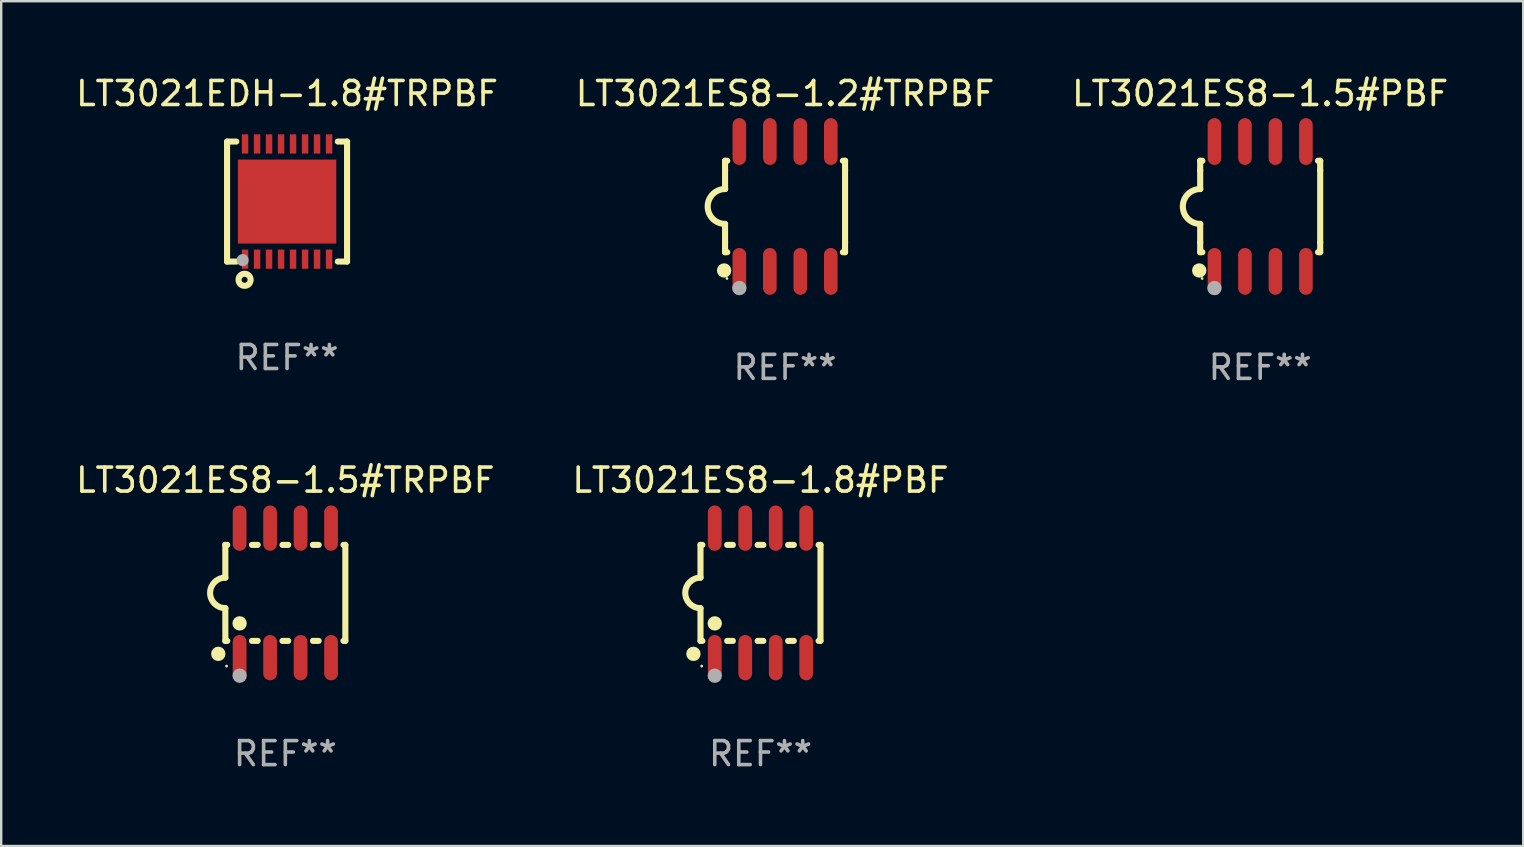
<source format=kicad_pcb>
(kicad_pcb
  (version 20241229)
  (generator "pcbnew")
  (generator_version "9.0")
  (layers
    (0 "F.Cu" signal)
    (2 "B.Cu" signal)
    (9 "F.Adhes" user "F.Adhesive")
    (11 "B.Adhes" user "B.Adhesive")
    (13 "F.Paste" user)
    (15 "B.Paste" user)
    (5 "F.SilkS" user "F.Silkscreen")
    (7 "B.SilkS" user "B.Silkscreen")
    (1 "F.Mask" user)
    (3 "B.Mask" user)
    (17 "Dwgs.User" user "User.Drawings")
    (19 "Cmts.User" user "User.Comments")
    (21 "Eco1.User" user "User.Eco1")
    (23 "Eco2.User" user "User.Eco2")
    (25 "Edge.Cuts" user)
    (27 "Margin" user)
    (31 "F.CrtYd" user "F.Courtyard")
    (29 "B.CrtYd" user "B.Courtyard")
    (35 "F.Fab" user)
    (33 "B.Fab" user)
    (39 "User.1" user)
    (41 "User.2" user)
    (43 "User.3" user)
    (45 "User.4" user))
  (footprint "LT3021ES8-1.2#TRPBF"
    (layer "F.Cu")
    (at 29.661 5.553)
    (property "Reference" "LT3021ES8-1.2#TRPBF" (at 0 -4.705 0) (layer "F.SilkS") (effects (font (size 1 1) (thickness 0.15))))
    (attr through_hole)
    (fp_line (start -2.5 -1.905) (end -2.409 -1.905) (stroke (width 0.254) (type solid)) (layer "F.SilkS"))
    (fp_line (start -2.5 -1.5) (end -2.5 -1.905) (stroke (width 0.254) (type solid)) (layer "F.SilkS"))
    (fp_line (start -2.5 -1.5) (end -2.5 -0.726) (stroke (width 0.254) (type solid)) (layer "F.SilkS"))
    (fp_line (start -2.5 1.5) (end -2.5 0.727) (stroke (width 0.254) (type solid)) (layer "F.SilkS"))
    (fp_line (start -2.5 1.5) (end -2.5 1.905) (stroke (width 0.254) (type solid)) (layer "F.SilkS"))
    (fp_line (start -2.5 1.905) (end -2.409 1.905) (stroke (width 0.254) (type solid)) (layer "F.SilkS"))
    (fp_line (start 2.5 -1.905) (end 2.409 -1.905) (stroke (width 0.254) (type solid)) (layer "F.SilkS"))
    (fp_line (start 2.5 -1.5) (end 2.5 -1.905) (stroke (width 0.254) (type solid)) (layer "F.SilkS"))
    (fp_line (start 2.5 -1.5) (end 2.5 1.5) (stroke (width 0.254) (type solid)) (layer "F.SilkS"))
    (fp_line (start 2.5 1.5) (end 2.5 1.905) (stroke (width 0.254) (type solid)) (layer "F.SilkS"))
    (fp_line (start 2.5 1.905) (end 2.409 1.905) (stroke (width 0.254) (type solid)) (layer "F.SilkS"))
    (fp_arc (start -2.5 0.726568) (mid -3.220316 -0.0023) (end -2.495097 -0.726289) (stroke (width 0.254001) (type solid)) (layer "F.SilkS"))
    (fp_circle (center -2.54 2.667) (end -2.39 2.667) (stroke (width 0.3) (type solid)) (fill no) (layer "F.SilkS"))
    (fp_circle (center -2.42 3) (end -2.39 3) (stroke (width 0.06) (type solid)) (fill no) (layer "F.SilkS"))
    (fp_circle (center -1.905 3.4) (end -1.755 3.4) (stroke (width 0.3) (type solid)) (fill no) (layer "F.Fab"))
    (fp_text user "REF**" (at 0 6.705 0) (layer "F.Fab") (effects (font (size 1 1) (thickness 0.15))))
    (pad "1" smd oval (at -1.905 2.705) (size 0.568 1.95) (layers "F.Cu" "F.Mask" "F.Paste"))
    (pad "2" smd oval (at -0.635 2.705) (size 0.568 1.95) (layers "F.Cu" "F.Mask" "F.Paste"))
    (pad "3" smd oval (at 0.635 2.705) (size 0.568 1.95) (layers "F.Cu" "F.Mask" "F.Paste"))
    (pad "4" smd oval (at 1.905 2.705) (size 0.568 1.95) (layers "F.Cu" "F.Mask" "F.Paste"))
    (pad "5" smd oval (at 1.905 -2.705) (size 0.568 1.95) (layers "F.Cu" "F.Mask" "F.Paste"))
    (pad "6" smd oval (at 0.635 -2.705) (size 0.568 1.95) (layers "F.Cu" "F.Mask" "F.Paste"))
    (pad "7" smd oval (at -0.635 -2.705) (size 0.568 1.95) (layers "F.Cu" "F.Mask" "F.Paste"))
    (pad "8" smd oval (at -1.905 -2.705) (size 0.568 1.95) (layers "F.Cu" "F.Mask" "F.Paste")))
  (footprint "LT3021ES8-1.8#PBF"
    (layer "F.Cu")
    (at 28.637 21.654)
    (property "Reference" "LT3021ES8-1.8#PBF" (at 0 -4.699 0) (layer "F.SilkS") (effects (font (size 1 1) (thickness 0.15))))
    (attr through_hole)
    (fp_line (start -2.5 -2) (end -2.5 -0.635) (stroke (width 0.254) (type solid)) (layer "F.SilkS"))
    (fp_line (start -2.5 -2) (end -2.421 -2) (stroke (width 0.254) (type solid)) (layer "F.SilkS"))
    (fp_line (start -2.5 2) (end -2.5 0.635) (stroke (width 0.254) (type solid)) (layer "F.SilkS"))
    (fp_line (start -2.5 2) (end -2.421 2) (stroke (width 0.254) (type solid)) (layer "F.SilkS"))
    (fp_line (start -1.389 -2) (end -1.151 -2) (stroke (width 0.254) (type solid)) (layer "F.SilkS"))
    (fp_line (start -1.389 2) (end -1.151 2) (stroke (width 0.254) (type solid)) (layer "F.SilkS"))
    (fp_line (start -0.119 -2) (end 0.119 -2) (stroke (width 0.254) (type solid)) (layer "F.SilkS"))
    (fp_line (start -0.119 2) (end 0.119 2) (stroke (width 0.254) (type solid)) (layer "F.SilkS"))
    (fp_line (start 1.151 -2) (end 1.389 -2) (stroke (width 0.254) (type solid)) (layer "F.SilkS"))
    (fp_line (start 1.151 2) (end 1.389 2) (stroke (width 0.254) (type solid)) (layer "F.SilkS"))
    (fp_line (start 2.421 -2) (end 2.5 -2) (stroke (width 0.254) (type solid)) (layer "F.SilkS"))
    (fp_line (start 2.421 2) (end 2.5 2) (stroke (width 0.254) (type solid)) (layer "F.SilkS"))
    (fp_line (start 2.5 -2) (end 2.5 2) (stroke (width 0.254) (type solid)) (layer "F.SilkS"))
    (fp_arc (start -2.5 0.635001) (mid -3.134366 -0.000318) (end -2.499365 -0.635001) (stroke (width 0.254001) (type solid)) (layer "F.SilkS"))
    (fp_circle (center -2.794 2.54) (end -2.644 2.54) (stroke (width 0.3) (type solid)) (fill no) (layer "F.SilkS"))
    (fp_circle (center -2.45 3.05) (end -2.42 3.05) (stroke (width 0.06) (type solid)) (fill no) (layer "F.SilkS"))
    (fp_circle (center -1.905 1.27) (end -1.755 1.27) (stroke (width 0.3) (type solid)) (fill no) (layer "F.SilkS"))
    (fp_circle (center -1.905 3.45) (end -1.755 3.45) (stroke (width 0.3) (type solid)) (fill no) (layer "F.Fab"))
    (fp_text user "REF**" (at 0 6.699 0) (layer "F.Fab") (effects (font (size 1 1) (thickness 0.15))))
    (pad "1" smd oval (at -1.905 2.699) (size 0.574 1.888) (layers "F.Cu" "F.Mask" "F.Paste"))
    (pad "2" smd oval (at -0.635 2.699) (size 0.574 1.888) (layers "F.Cu" "F.Mask" "F.Paste"))
    (pad "3" smd oval (at 0.635 2.699) (size 0.574 1.888) (layers "F.Cu" "F.Mask" "F.Paste"))
    (pad "4" smd oval (at 1.905 2.699) (size 0.574 1.888) (layers "F.Cu" "F.Mask" "F.Paste"))
    (pad "5" smd oval (at 1.905 -2.699) (size 0.574 1.888) (layers "F.Cu" "F.Mask" "F.Paste"))
    (pad "6" smd oval (at 0.635 -2.699) (size 0.574 1.888) (layers "F.Cu" "F.Mask" "F.Paste"))
    (pad "7" smd oval (at -0.635 -2.699) (size 0.574 1.888) (layers "F.Cu" "F.Mask" "F.Paste"))
    (pad "8" smd oval (at -1.905 -2.699) (size 0.574 1.888) (layers "F.Cu" "F.Mask" "F.Paste")))
  (footprint "LT3021ES8-1.5#TRPBF"
    (layer "F.Cu")
    (at 8.839 21.654)
    (property "Reference" "LT3021ES8-1.5#TRPBF" (at 0 -4.699 0) (layer "F.SilkS") (effects (font (size 1 1) (thickness 0.15))))
    (attr through_hole)
    (fp_line (start -2.5 -2) (end -2.5 -0.635) (stroke (width 0.254) (type solid)) (layer "F.SilkS"))
    (fp_line (start -2.5 -2) (end -2.421 -2) (stroke (width 0.254) (type solid)) (layer "F.SilkS"))
    (fp_line (start -2.5 2) (end -2.5 0.635) (stroke (width 0.254) (type solid)) (layer "F.SilkS"))
    (fp_line (start -2.5 2) (end -2.421 2) (stroke (width 0.254) (type solid)) (layer "F.SilkS"))
    (fp_line (start -1.389 -2) (end -1.151 -2) (stroke (width 0.254) (type solid)) (layer "F.SilkS"))
    (fp_line (start -1.389 2) (end -1.151 2) (stroke (width 0.254) (type solid)) (layer "F.SilkS"))
    (fp_line (start -0.119 -2) (end 0.119 -2) (stroke (width 0.254) (type solid)) (layer "F.SilkS"))
    (fp_line (start -0.119 2) (end 0.119 2) (stroke (width 0.254) (type solid)) (layer "F.SilkS"))
    (fp_line (start 1.151 -2) (end 1.389 -2) (stroke (width 0.254) (type solid)) (layer "F.SilkS"))
    (fp_line (start 1.151 2) (end 1.389 2) (stroke (width 0.254) (type solid)) (layer "F.SilkS"))
    (fp_line (start 2.421 -2) (end 2.5 -2) (stroke (width 0.254) (type solid)) (layer "F.SilkS"))
    (fp_line (start 2.421 2) (end 2.5 2) (stroke (width 0.254) (type solid)) (layer "F.SilkS"))
    (fp_line (start 2.5 -2) (end 2.5 2) (stroke (width 0.254) (type solid)) (layer "F.SilkS"))
    (fp_arc (start -2.5 0.635001) (mid -3.134366 -0.000318) (end -2.499365 -0.635001) (stroke (width 0.254001) (type solid)) (layer "F.SilkS"))
    (fp_circle (center -2.794 2.54) (end -2.644 2.54) (stroke (width 0.3) (type solid)) (fill no) (layer "F.SilkS"))
    (fp_circle (center -2.45 3.05) (end -2.42 3.05) (stroke (width 0.06) (type solid)) (fill no) (layer "F.SilkS"))
    (fp_circle (center -1.905 1.27) (end -1.755 1.27) (stroke (width 0.3) (type solid)) (fill no) (layer "F.SilkS"))
    (fp_circle (center -1.905 3.45) (end -1.755 3.45) (stroke (width 0.3) (type solid)) (fill no) (layer "F.Fab"))
    (fp_text user "REF**" (at 0 6.699 0) (layer "F.Fab") (effects (font (size 1 1) (thickness 0.15))))
    (pad "1" smd oval (at -1.905 2.699) (size 0.574 1.888) (layers "F.Cu" "F.Mask" "F.Paste"))
    (pad "2" smd oval (at -0.635 2.699) (size 0.574 1.888) (layers "F.Cu" "F.Mask" "F.Paste"))
    (pad "3" smd oval (at 0.635 2.699) (size 0.574 1.888) (layers "F.Cu" "F.Mask" "F.Paste"))
    (pad "4" smd oval (at 1.905 2.699) (size 0.574 1.888) (layers "F.Cu" "F.Mask" "F.Paste"))
    (pad "5" smd oval (at 1.905 -2.699) (size 0.574 1.888) (layers "F.Cu" "F.Mask" "F.Paste"))
    (pad "6" smd oval (at 0.635 -2.699) (size 0.574 1.888) (layers "F.Cu" "F.Mask" "F.Paste"))
    (pad "7" smd oval (at -0.635 -2.699) (size 0.574 1.888) (layers "F.Cu" "F.Mask" "F.Paste"))
    (pad "8" smd oval (at -1.905 -2.699) (size 0.574 1.888) (layers "F.Cu" "F.Mask" "F.Paste")))
  (footprint "LT3021ES8-1.5#PBF"
    (layer "F.Cu")
    (at 49.458 5.553)
    (property "Reference" "LT3021ES8-1.5#PBF" (at 0 -4.705 0) (layer "F.SilkS") (effects (font (size 1 1) (thickness 0.15))))
    (attr through_hole)
    (fp_line (start -2.5 -1.905) (end -2.409 -1.905) (stroke (width 0.254) (type solid)) (layer "F.SilkS"))
    (fp_line (start -2.5 -1.5) (end -2.5 -1.905) (stroke (width 0.254) (type solid)) (layer "F.SilkS"))
    (fp_line (start -2.5 -1.5) (end -2.5 -0.726) (stroke (width 0.254) (type solid)) (layer "F.SilkS"))
    (fp_line (start -2.5 1.5) (end -2.5 0.727) (stroke (width 0.254) (type solid)) (layer "F.SilkS"))
    (fp_line (start -2.5 1.5) (end -2.5 1.905) (stroke (width 0.254) (type solid)) (layer "F.SilkS"))
    (fp_line (start -2.5 1.905) (end -2.409 1.905) (stroke (width 0.254) (type solid)) (layer "F.SilkS"))
    (fp_line (start 2.5 -1.905) (end 2.409 -1.905) (stroke (width 0.254) (type solid)) (layer "F.SilkS"))
    (fp_line (start 2.5 -1.5) (end 2.5 -1.905) (stroke (width 0.254) (type solid)) (layer "F.SilkS"))
    (fp_line (start 2.5 -1.5) (end 2.5 1.5) (stroke (width 0.254) (type solid)) (layer "F.SilkS"))
    (fp_line (start 2.5 1.5) (end 2.5 1.905) (stroke (width 0.254) (type solid)) (layer "F.SilkS"))
    (fp_line (start 2.5 1.905) (end 2.409 1.905) (stroke (width 0.254) (type solid)) (layer "F.SilkS"))
    (fp_arc (start -2.5 0.726568) (mid -3.220316 -0.0023) (end -2.495097 -0.726289) (stroke (width 0.254001) (type solid)) (layer "F.SilkS"))
    (fp_circle (center -2.54 2.667) (end -2.39 2.667) (stroke (width 0.3) (type solid)) (fill no) (layer "F.SilkS"))
    (fp_circle (center -2.42 3) (end -2.39 3) (stroke (width 0.06) (type solid)) (fill no) (layer "F.SilkS"))
    (fp_circle (center -1.905 3.4) (end -1.755 3.4) (stroke (width 0.3) (type solid)) (fill no) (layer "F.Fab"))
    (fp_text user "REF**" (at 0 6.705 0) (layer "F.Fab") (effects (font (size 1 1) (thickness 0.15))))
    (pad "1" smd oval (at -1.905 2.705) (size 0.568 1.95) (layers "F.Cu" "F.Mask" "F.Paste"))
    (pad "2" smd oval (at -0.635 2.705) (size 0.568 1.95) (layers "F.Cu" "F.Mask" "F.Paste"))
    (pad "3" smd oval (at 0.635 2.705) (size 0.568 1.95) (layers "F.Cu" "F.Mask" "F.Paste"))
    (pad "4" smd oval (at 1.905 2.705) (size 0.568 1.95) (layers "F.Cu" "F.Mask" "F.Paste"))
    (pad "5" smd oval (at 1.905 -2.705) (size 0.568 1.95) (layers "F.Cu" "F.Mask" "F.Paste"))
    (pad "6" smd oval (at 0.635 -2.705) (size 0.568 1.95) (layers "F.Cu" "F.Mask" "F.Paste"))
    (pad "7" smd oval (at -0.635 -2.705) (size 0.568 1.95) (layers "F.Cu" "F.Mask" "F.Paste"))
    (pad "8" smd oval (at -1.905 -2.705) (size 0.568 1.95) (layers "F.Cu" "F.Mask" "F.Paste")))
  (footprint "LT3021EDH-1.8#TRPBF"
    (layer "F.Cu")
    (at 8.911 5.348)
    (property "Reference" "LT3021EDH-1.8#TRPBF" (at 0 -4.5 0) (layer "F.SilkS") (effects (font (size 1 1) (thickness 0.15))))
    (attr through_hole)
    (fp_line (start -2.5 -2.5) (end -2.5 2.5) (stroke (width 0.254) (type solid)) (layer "F.SilkS"))
    (fp_line (start -2.5 -2.5) (end -2.115 -2.5) (stroke (width 0.254) (type solid)) (layer "F.SilkS"))
    (fp_line (start -2.5 2.5) (end -2.115 2.5) (stroke (width 0.254) (type solid)) (layer "F.SilkS"))
    (fp_line (start 2.115 -2.5) (end 2.5 -2.5) (stroke (width 0.254) (type solid)) (layer "F.SilkS"))
    (fp_line (start 2.115 2.5) (end 2.5 2.5) (stroke (width 0.254) (type solid)) (layer "F.SilkS"))
    (fp_line (start 2.5 -2.5) (end 2.5 2.5) (stroke (width 0.254) (type solid)) (layer "F.SilkS"))
    (fp_circle (center -2.5 2.5) (end -2.47 2.5) (stroke (width 0.06) (type solid)) (fill no) (layer "F.SilkS"))
    (fp_circle (center -1.77 3.26) (end -1.645 3.26) (stroke (width 0.254) (type solid)) (fill no) (layer "F.SilkS"))
    (fp_circle (center -1.85 2.44) (end -1.723 2.44) (stroke (width 0.254) (type solid)) (fill no) (layer "F.Fab"))
    (fp_text user "REF**" (at 0 6.5 0) (layer "F.Fab") (effects (font (size 1 1) (thickness 0.15))))
    (pad "1" smd rect (at -1.75 2.4 180) (size 0.267 0.8) (layers "F.Cu" "F.Mask" "F.Paste"))
    (pad "2" smd rect (at -1.25 2.4 180) (size 0.267 0.8) (layers "F.Cu" "F.Mask" "F.Paste"))
    (pad "3" smd rect (at -0.75 2.4 180) (size 0.267 0.8) (layers "F.Cu" "F.Mask" "F.Paste"))
    (pad "4" smd rect (at -0.25 2.4 180) (size 0.267 0.8) (layers "F.Cu" "F.Mask" "F.Paste"))
    (pad "5" smd rect (at 0.25 2.4 180) (size 0.267 0.8) (layers "F.Cu" "F.Mask" "F.Paste"))
    (pad "6" smd rect (at 0.75 2.4 180) (size 0.267 0.8) (layers "F.Cu" "F.Mask" "F.Paste"))
    (pad "7" smd rect (at 1.25 2.4 180) (size 0.267 0.8) (layers "F.Cu" "F.Mask" "F.Paste"))
    (pad "8" smd rect (at 1.75 2.4 180) (size 0.267 0.8) (layers "F.Cu" "F.Mask" "F.Paste"))
    (pad "9" smd rect (at 1.75 -2.4 180) (size 0.267 0.8) (layers "F.Cu" "F.Mask" "F.Paste"))
    (pad "10" smd rect (at 1.25 -2.4 180) (size 0.267 0.8) (layers "F.Cu" "F.Mask" "F.Paste"))
    (pad "11" smd rect (at 0.75 -2.4 180) (size 0.267 0.8) (layers "F.Cu" "F.Mask" "F.Paste"))
    (pad "12" smd rect (at 0.25 -2.4 180) (size 0.267 0.8) (layers "F.Cu" "F.Mask" "F.Paste"))
    (pad "13" smd rect (at -0.25 -2.4 180) (size 0.267 0.8) (layers "F.Cu" "F.Mask" "F.Paste"))
    (pad "14" smd rect (at -0.75 -2.4 180) (size 0.267 0.8) (layers "F.Cu" "F.Mask" "F.Paste"))
    (pad "15" smd rect (at -1.25 -2.4 180) (size 0.267 0.8) (layers "F.Cu" "F.Mask" "F.Paste"))
    (pad "16" smd rect (at -1.75 -2.4 180) (size 0.267 0.8) (layers "F.Cu" "F.Mask" "F.Paste"))
    (pad "17" smd rect (at 0.000127 0.000114 180) (size 4.1 3.5) (layers "F.Cu" "F.Mask" "F.Paste")))
  (gr_rect
    (start -3 -3)
    (end 60.417 32.201)
    (stroke (width 0.1) (type default))
    (fill no)
    (layer "Edge.Cuts")))
</source>
